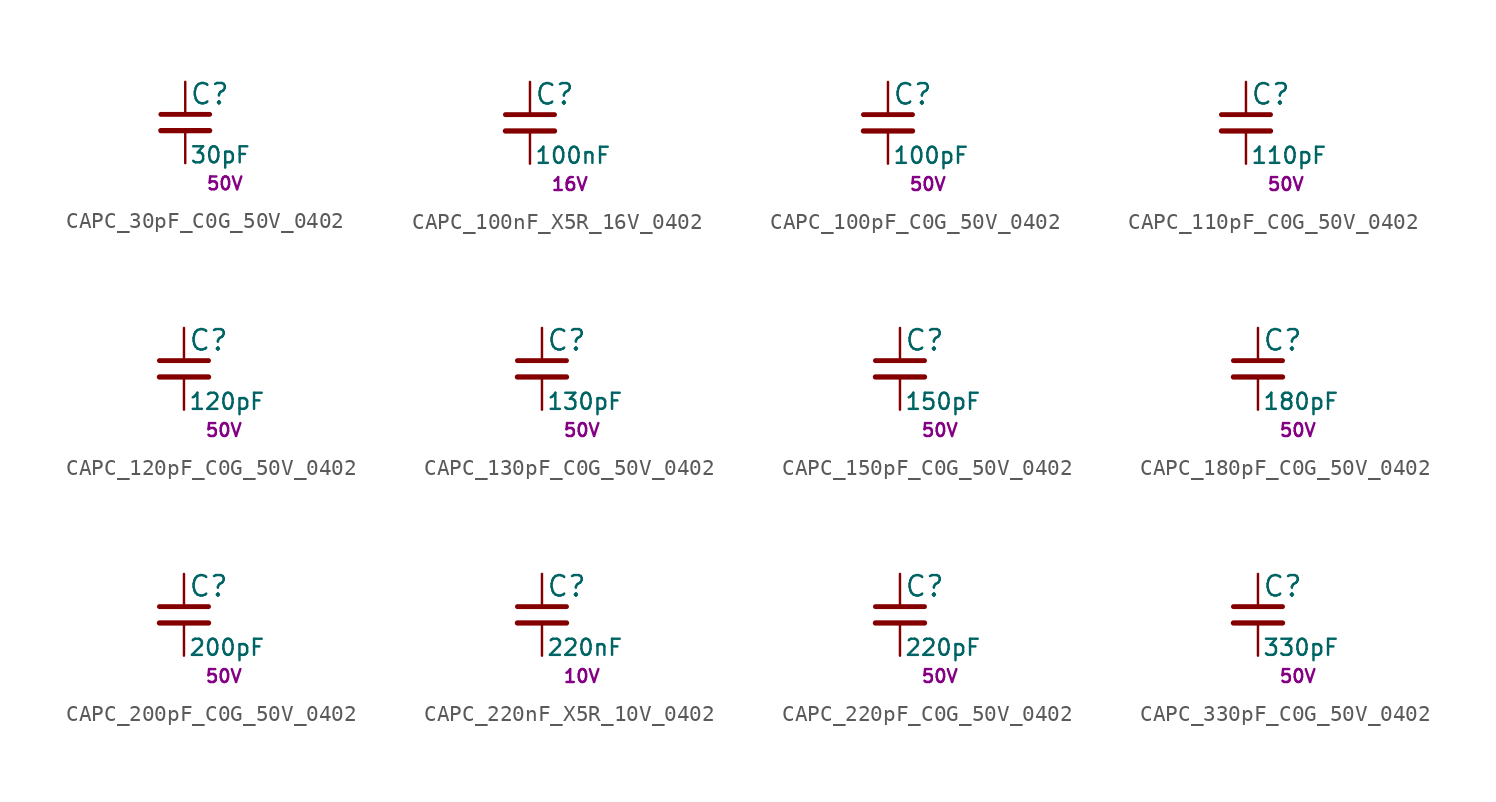
<source format=kicad_sym>
(kicad_symbol_lib
  (version 20211014)
  (generator kicad_LibGenerator)
  (symbol "CAPC_30pF_C0G_50V_0402"
    (pin_numbers hide)
    (pin_names
      (offset 0.254) hide)
    (property "Reference" "C"
      (at 0.254 1.778 0)
      (effects (font (size 1.27 1.27)) (justify left)))
    (property "Value" "30pF"
      (at 0.254 -2.032 0)
      (effects (font (size 1 1)) (justify left)))
    (property "Voltage" "50V"
      (at 1.27 -3.81 0)
      (effects (font (size 0.8 0.8)) (justify left)))
    (symbol "CAPC_30pF_C0G_50V_0402_0_1"
      (polyline (pts (xy -1.524 -0.508) (xy 1.524 -0.508)) (stroke (width 0.33) (type default) (color 0 0 0 0)) (fill (type none)))
      (polyline (pts (xy -1.524 0.508) (xy 1.524 0.508)) (stroke (width 0.305) (type default) (color 0 0 0 0)) (fill (type none))))
    (symbol "CAPC_30pF_C0G_50V_0402_1_1"
      (pin passive line (at 0 2.54 270) (length 2.032) (name "~" (effects (font (size 1.27 1.27)))) (number "1" (effects (font (size 1.27 1.27)))))
      (pin passive line (at 0 -2.54 90) (length 2.032) (name "~" (effects (font (size 1.27 1.27)))) (number "2" (effects (font (size 1.27 1.27)))))))
  (symbol "CAPC_100nF_X5R_16V_0402"
    (pin_numbers hide)
    (pin_names
      (offset 0.254) hide)
    (property "Reference" "C"
      (at 0.254 1.778 0)
      (effects (font (size 1.27 1.27)) (justify left)))
    (property "Value" "100nF"
      (at 0.254 -2.032 0)
      (effects (font (size 1 1)) (justify left)))
    (property "Voltage" "16V"
      (at 1.27 -3.81 0)
      (effects (font (size 0.8 0.8)) (justify left)))
    (symbol "CAPC_100nF_X5R_16V_0402_0_1"
      (polyline (pts (xy -1.524 -0.508) (xy 1.524 -0.508)) (stroke (width 0.33) (type default) (color 0 0 0 0)) (fill (type none)))
      (polyline (pts (xy -1.524 0.508) (xy 1.524 0.508)) (stroke (width 0.305) (type default) (color 0 0 0 0)) (fill (type none))))
    (symbol "CAPC_100nF_X5R_16V_0402_1_1"
      (pin passive line (at 0 2.54 270) (length 2.032) (name "~" (effects (font (size 1.27 1.27)))) (number "1" (effects (font (size 1.27 1.27)))))
      (pin passive line (at 0 -2.54 90) (length 2.032) (name "~" (effects (font (size 1.27 1.27)))) (number "2" (effects (font (size 1.27 1.27)))))))
  (symbol "CAPC_100pF_C0G_50V_0402"
    (pin_numbers hide)
    (pin_names
      (offset 0.254) hide)
    (property "Reference" "C"
      (at 0.254 1.778 0)
      (effects (font (size 1.27 1.27)) (justify left)))
    (property "Value" "100pF"
      (at 0.254 -2.032 0)
      (effects (font (size 1 1)) (justify left)))
    (property "Voltage" "50V"
      (at 1.27 -3.81 0)
      (effects (font (size 0.8 0.8)) (justify left)))
    (symbol "CAPC_100pF_C0G_50V_0402_0_1"
      (polyline (pts (xy -1.524 -0.508) (xy 1.524 -0.508)) (stroke (width 0.33) (type default) (color 0 0 0 0)) (fill (type none)))
      (polyline (pts (xy -1.524 0.508) (xy 1.524 0.508)) (stroke (width 0.305) (type default) (color 0 0 0 0)) (fill (type none))))
    (symbol "CAPC_100pF_C0G_50V_0402_1_1"
      (pin passive line (at 0 2.54 270) (length 2.032) (name "~" (effects (font (size 1.27 1.27)))) (number "1" (effects (font (size 1.27 1.27)))))
      (pin passive line (at 0 -2.54 90) (length 2.032) (name "~" (effects (font (size 1.27 1.27)))) (number "2" (effects (font (size 1.27 1.27)))))))
  (symbol "CAPC_110pF_C0G_50V_0402"
    (pin_numbers hide)
    (pin_names
      (offset 0.254) hide)
    (property "Reference" "C"
      (at 0.254 1.778 0)
      (effects (font (size 1.27 1.27)) (justify left)))
    (property "Value" "110pF"
      (at 0.254 -2.032 0)
      (effects (font (size 1 1)) (justify left)))
    (property "Voltage" "50V"
      (at 1.27 -3.81 0)
      (effects (font (size 0.8 0.8)) (justify left)))
    (symbol "CAPC_110pF_C0G_50V_0402_0_1"
      (polyline (pts (xy -1.524 -0.508) (xy 1.524 -0.508)) (stroke (width 0.33) (type default) (color 0 0 0 0)) (fill (type none)))
      (polyline (pts (xy -1.524 0.508) (xy 1.524 0.508)) (stroke (width 0.305) (type default) (color 0 0 0 0)) (fill (type none))))
    (symbol "CAPC_110pF_C0G_50V_0402_1_1"
      (pin passive line (at 0 2.54 270) (length 2.032) (name "~" (effects (font (size 1.27 1.27)))) (number "1" (effects (font (size 1.27 1.27)))))
      (pin passive line (at 0 -2.54 90) (length 2.032) (name "~" (effects (font (size 1.27 1.27)))) (number "2" (effects (font (size 1.27 1.27)))))))
  (symbol "CAPC_120pF_C0G_50V_0402"
    (pin_numbers hide)
    (pin_names
      (offset 0.254) hide)
    (property "Reference" "C"
      (at 0.254 1.778 0)
      (effects (font (size 1.27 1.27)) (justify left)))
    (property "Value" "120pF"
      (at 0.254 -2.032 0)
      (effects (font (size 1 1)) (justify left)))
    (property "Voltage" "50V"
      (at 1.27 -3.81 0)
      (effects (font (size 0.8 0.8)) (justify left)))
    (symbol "CAPC_120pF_C0G_50V_0402_0_1"
      (polyline (pts (xy -1.524 -0.508) (xy 1.524 -0.508)) (stroke (width 0.33) (type default) (color 0 0 0 0)) (fill (type none)))
      (polyline (pts (xy -1.524 0.508) (xy 1.524 0.508)) (stroke (width 0.305) (type default) (color 0 0 0 0)) (fill (type none))))
    (symbol "CAPC_120pF_C0G_50V_0402_1_1"
      (pin passive line (at 0 2.54 270) (length 2.032) (name "~" (effects (font (size 1.27 1.27)))) (number "1" (effects (font (size 1.27 1.27)))))
      (pin passive line (at 0 -2.54 90) (length 2.032) (name "~" (effects (font (size 1.27 1.27)))) (number "2" (effects (font (size 1.27 1.27)))))))
  (symbol "CAPC_130pF_C0G_50V_0402"
    (pin_numbers hide)
    (pin_names
      (offset 0.254) hide)
    (property "Reference" "C"
      (at 0.254 1.778 0)
      (effects (font (size 1.27 1.27)) (justify left)))
    (property "Value" "130pF"
      (at 0.254 -2.032 0)
      (effects (font (size 1 1)) (justify left)))
    (property "Voltage" "50V"
      (at 1.27 -3.81 0)
      (effects (font (size 0.8 0.8)) (justify left)))
    (symbol "CAPC_130pF_C0G_50V_0402_0_1"
      (polyline (pts (xy -1.524 -0.508) (xy 1.524 -0.508)) (stroke (width 0.33) (type default) (color 0 0 0 0)) (fill (type none)))
      (polyline (pts (xy -1.524 0.508) (xy 1.524 0.508)) (stroke (width 0.305) (type default) (color 0 0 0 0)) (fill (type none))))
    (symbol "CAPC_130pF_C0G_50V_0402_1_1"
      (pin passive line (at 0 2.54 270) (length 2.032) (name "~" (effects (font (size 1.27 1.27)))) (number "1" (effects (font (size 1.27 1.27)))))
      (pin passive line (at 0 -2.54 90) (length 2.032) (name "~" (effects (font (size 1.27 1.27)))) (number "2" (effects (font (size 1.27 1.27)))))))
  (symbol "CAPC_150pF_C0G_50V_0402"
    (pin_numbers hide)
    (pin_names
      (offset 0.254) hide)
    (property "Reference" "C"
      (at 0.254 1.778 0)
      (effects (font (size 1.27 1.27)) (justify left)))
    (property "Value" "150pF"
      (at 0.254 -2.032 0)
      (effects (font (size 1 1)) (justify left)))
    (property "Voltage" "50V"
      (at 1.27 -3.81 0)
      (effects (font (size 0.8 0.8)) (justify left)))
    (symbol "CAPC_150pF_C0G_50V_0402_0_1"
      (polyline (pts (xy -1.524 -0.508) (xy 1.524 -0.508)) (stroke (width 0.33) (type default) (color 0 0 0 0)) (fill (type none)))
      (polyline (pts (xy -1.524 0.508) (xy 1.524 0.508)) (stroke (width 0.305) (type default) (color 0 0 0 0)) (fill (type none))))
    (symbol "CAPC_150pF_C0G_50V_0402_1_1"
      (pin passive line (at 0 2.54 270) (length 2.032) (name "~" (effects (font (size 1.27 1.27)))) (number "1" (effects (font (size 1.27 1.27)))))
      (pin passive line (at 0 -2.54 90) (length 2.032) (name "~" (effects (font (size 1.27 1.27)))) (number "2" (effects (font (size 1.27 1.27)))))))
  (symbol "CAPC_180pF_C0G_50V_0402"
    (pin_numbers hide)
    (pin_names
      (offset 0.254) hide)
    (property "Reference" "C"
      (at 0.254 1.778 0)
      (effects (font (size 1.27 1.27)) (justify left)))
    (property "Value" "180pF"
      (at 0.254 -2.032 0)
      (effects (font (size 1 1)) (justify left)))
    (property "Voltage" "50V"
      (at 1.27 -3.81 0)
      (effects (font (size 0.8 0.8)) (justify left)))
    (symbol "CAPC_180pF_C0G_50V_0402_0_1"
      (polyline (pts (xy -1.524 -0.508) (xy 1.524 -0.508)) (stroke (width 0.33) (type default) (color 0 0 0 0)) (fill (type none)))
      (polyline (pts (xy -1.524 0.508) (xy 1.524 0.508)) (stroke (width 0.305) (type default) (color 0 0 0 0)) (fill (type none))))
    (symbol "CAPC_180pF_C0G_50V_0402_1_1"
      (pin passive line (at 0 2.54 270) (length 2.032) (name "~" (effects (font (size 1.27 1.27)))) (number "1" (effects (font (size 1.27 1.27)))))
      (pin passive line (at 0 -2.54 90) (length 2.032) (name "~" (effects (font (size 1.27 1.27)))) (number "2" (effects (font (size 1.27 1.27)))))))
  (symbol "CAPC_200pF_C0G_50V_0402"
    (pin_numbers hide)
    (pin_names
      (offset 0.254) hide)
    (property "Reference" "C"
      (at 0.254 1.778 0)
      (effects (font (size 1.27 1.27)) (justify left)))
    (property "Value" "200pF"
      (at 0.254 -2.032 0)
      (effects (font (size 1 1)) (justify left)))
    (property "Voltage" "50V"
      (at 1.27 -3.81 0)
      (effects (font (size 0.8 0.8)) (justify left)))
    (symbol "CAPC_200pF_C0G_50V_0402_0_1"
      (polyline (pts (xy -1.524 -0.508) (xy 1.524 -0.508)) (stroke (width 0.33) (type default) (color 0 0 0 0)) (fill (type none)))
      (polyline (pts (xy -1.524 0.508) (xy 1.524 0.508)) (stroke (width 0.305) (type default) (color 0 0 0 0)) (fill (type none))))
    (symbol "CAPC_200pF_C0G_50V_0402_1_1"
      (pin passive line (at 0 2.54 270) (length 2.032) (name "~" (effects (font (size 1.27 1.27)))) (number "1" (effects (font (size 1.27 1.27)))))
      (pin passive line (at 0 -2.54 90) (length 2.032) (name "~" (effects (font (size 1.27 1.27)))) (number "2" (effects (font (size 1.27 1.27)))))))
  (symbol "CAPC_220nF_X5R_10V_0402"
    (pin_numbers hide)
    (pin_names
      (offset 0.254) hide)
    (property "Reference" "C"
      (at 0.254 1.778 0)
      (effects (font (size 1.27 1.27)) (justify left)))
    (property "Value" "220nF"
      (at 0.254 -2.032 0)
      (effects (font (size 1 1)) (justify left)))
    (property "Voltage" "10V"
      (at 1.27 -3.81 0)
      (effects (font (size 0.8 0.8)) (justify left)))
    (symbol "CAPC_220nF_X5R_10V_0402_0_1"
      (polyline (pts (xy -1.524 -0.508) (xy 1.524 -0.508)) (stroke (width 0.33) (type default) (color 0 0 0 0)) (fill (type none)))
      (polyline (pts (xy -1.524 0.508) (xy 1.524 0.508)) (stroke (width 0.305) (type default) (color 0 0 0 0)) (fill (type none))))
    (symbol "CAPC_220nF_X5R_10V_0402_1_1"
      (pin passive line (at 0 2.54 270) (length 2.032) (name "~" (effects (font (size 1.27 1.27)))) (number "1" (effects (font (size 1.27 1.27)))))
      (pin passive line (at 0 -2.54 90) (length 2.032) (name "~" (effects (font (size 1.27 1.27)))) (number "2" (effects (font (size 1.27 1.27)))))))
  (symbol "CAPC_220pF_C0G_50V_0402"
    (pin_numbers hide)
    (pin_names
      (offset 0.254) hide)
    (property "Reference" "C"
      (at 0.254 1.778 0)
      (effects (font (size 1.27 1.27)) (justify left)))
    (property "Value" "220pF"
      (at 0.254 -2.032 0)
      (effects (font (size 1 1)) (justify left)))
    (property "Voltage" "50V"
      (at 1.27 -3.81 0)
      (effects (font (size 0.8 0.8)) (justify left)))
    (symbol "CAPC_220pF_C0G_50V_0402_0_1"
      (polyline (pts (xy -1.524 -0.508) (xy 1.524 -0.508)) (stroke (width 0.33) (type default) (color 0 0 0 0)) (fill (type none)))
      (polyline (pts (xy -1.524 0.508) (xy 1.524 0.508)) (stroke (width 0.305) (type default) (color 0 0 0 0)) (fill (type none))))
    (symbol "CAPC_220pF_C0G_50V_0402_1_1"
      (pin passive line (at 0 2.54 270) (length 2.032) (name "~" (effects (font (size 1.27 1.27)))) (number "1" (effects (font (size 1.27 1.27)))))
      (pin passive line (at 0 -2.54 90) (length 2.032) (name "~" (effects (font (size 1.27 1.27)))) (number "2" (effects (font (size 1.27 1.27)))))))
  (symbol "CAPC_330pF_C0G_50V_0402"
    (pin_numbers hide)
    (pin_names
      (offset 0.254) hide)
    (property "Reference" "C"
      (at 0.254 1.778 0)
      (effects (font (size 1.27 1.27)) (justify left)))
    (property "Value" "330pF"
      (at 0.254 -2.032 0)
      (effects (font (size 1 1)) (justify left)))
    (property "Voltage" "50V"
      (at 1.27 -3.81 0)
      (effects (font (size 0.8 0.8)) (justify left)))
    (symbol "CAPC_330pF_C0G_50V_0402_0_1"
      (polyline (pts (xy -1.524 -0.508) (xy 1.524 -0.508)) (stroke (width 0.33) (type default) (color 0 0 0 0)) (fill (type none)))
      (polyline (pts (xy -1.524 0.508) (xy 1.524 0.508)) (stroke (width 0.305) (type default) (color 0 0 0 0)) (fill (type none))))
    (symbol "CAPC_330pF_C0G_50V_0402_1_1"
      (pin passive line (at 0 2.54 270) (length 2.032) (name "~" (effects (font (size 1.27 1.27)))) (number "1" (effects (font (size 1.27 1.27)))))
      (pin passive line (at 0 -2.54 90) (length 2.032) (name "~" (effects (font (size 1.27 1.27)))) (number "2" (effects (font (size 1.27 1.27))))))))
</source>
